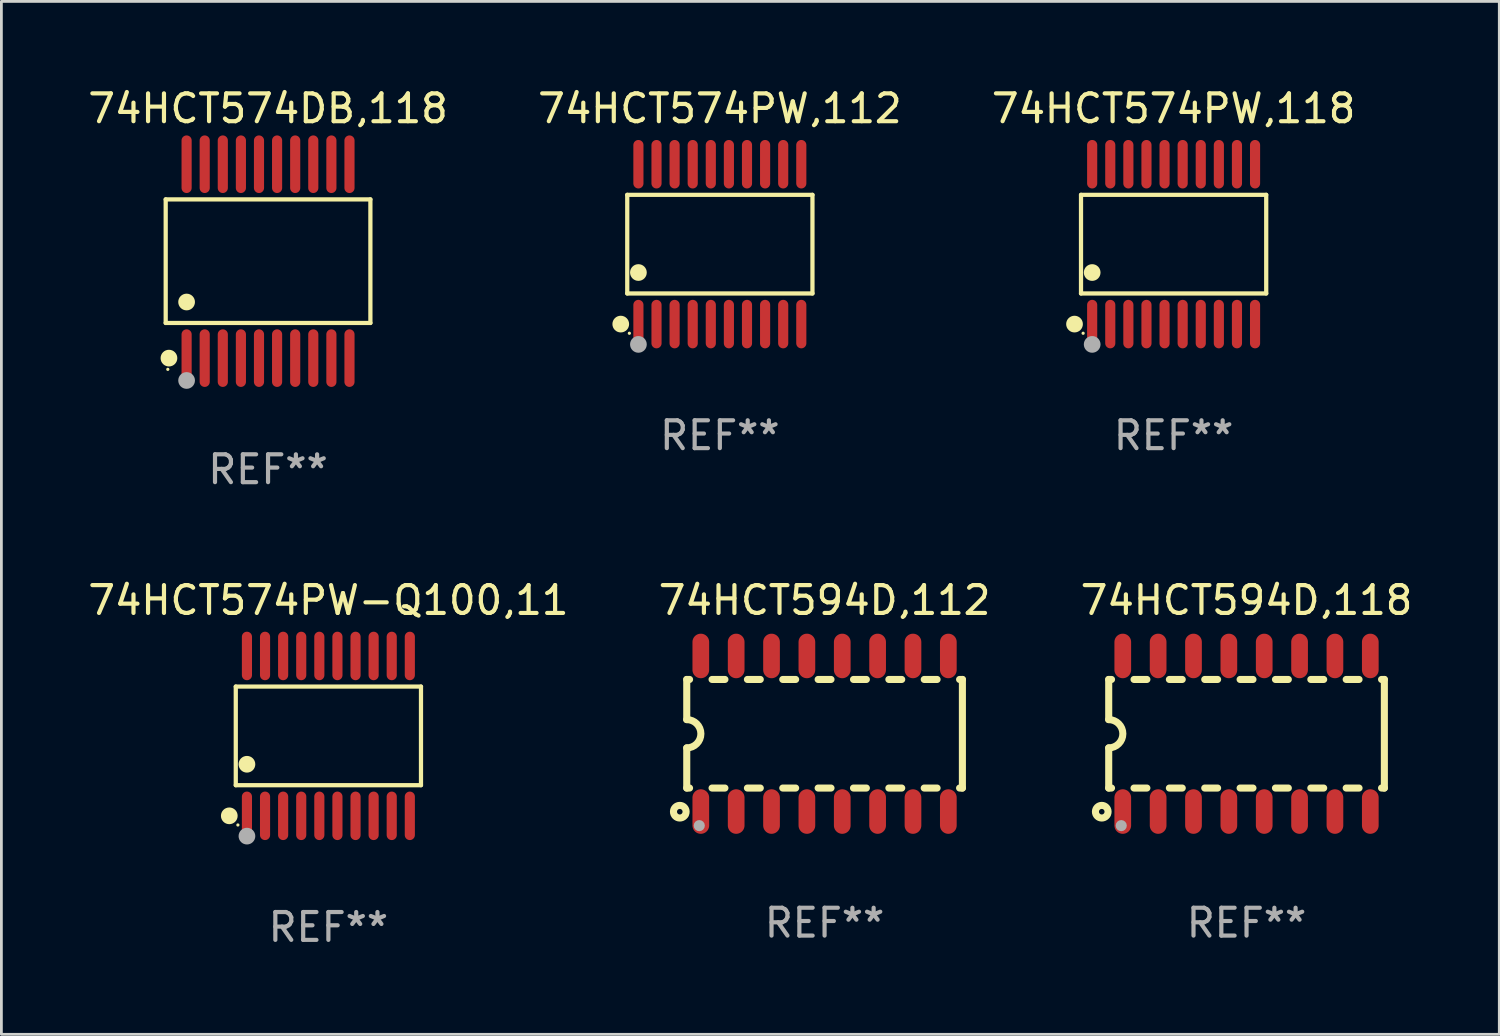
<source format=kicad_pcb>
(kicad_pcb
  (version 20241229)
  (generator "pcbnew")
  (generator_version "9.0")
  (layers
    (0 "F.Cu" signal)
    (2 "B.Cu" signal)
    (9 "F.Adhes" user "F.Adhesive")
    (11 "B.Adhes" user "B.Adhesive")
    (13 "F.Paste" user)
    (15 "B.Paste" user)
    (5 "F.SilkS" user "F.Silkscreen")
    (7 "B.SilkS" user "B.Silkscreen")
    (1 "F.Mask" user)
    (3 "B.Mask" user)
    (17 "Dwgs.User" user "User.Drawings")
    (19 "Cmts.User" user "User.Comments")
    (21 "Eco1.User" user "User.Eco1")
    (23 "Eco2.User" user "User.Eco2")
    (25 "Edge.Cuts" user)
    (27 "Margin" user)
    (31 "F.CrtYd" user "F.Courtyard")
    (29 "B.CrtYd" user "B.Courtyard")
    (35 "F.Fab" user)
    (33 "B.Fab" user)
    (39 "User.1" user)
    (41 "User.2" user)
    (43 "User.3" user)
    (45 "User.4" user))
  (footprint "74HCT574PW,112"
    (layer "F.Cu")
    (at 22.804 5.719)
    (property "Reference" "74HCT574PW,112" (at 0 -4.871 0) (layer "F.SilkS") (effects (font (size 1 1) (thickness 0.15))))
    (attr through_hole)
    (fp_line (start -3.326 -1.771) (end 3.326 -1.771) (stroke (width 0.152) (type solid)) (layer "F.SilkS"))
    (fp_line (start -3.326 1.771) (end -3.326 -1.771) (stroke (width 0.152) (type solid)) (layer "F.SilkS"))
    (fp_line (start 3.326 -1.771) (end 3.326 1.771) (stroke (width 0.152) (type solid)) (layer "F.SilkS"))
    (fp_line (start 3.326 1.771) (end -3.326 1.771) (stroke (width 0.152) (type solid)) (layer "F.SilkS"))
    (fp_circle (center -3.559 2.871) (end -3.409 2.871) (stroke (width 0.3) (type solid)) (fill no) (layer "F.SilkS"))
    (fp_circle (center -3.25 3.2) (end -3.22 3.2) (stroke (width 0.06) (type solid)) (fill no) (layer "F.SilkS"))
    (fp_circle (center -2.925 1.019) (end -2.775 1.019) (stroke (width 0.3) (type solid)) (fill no) (layer "F.SilkS"))
    (fp_circle (center -2.925 3.6) (end -2.775 3.6) (stroke (width 0.3) (type solid)) (fill no) (layer "F.Fab"))
    (fp_text user "REF**" (at 0 6.871 0) (layer "F.Fab") (effects (font (size 1 1) (thickness 0.15))))
    (pad "1" smd oval (at -2.925 2.871) (size 0.364 1.742) (layers "F.Cu" "F.Mask" "F.Paste"))
    (pad "2" smd oval (at -2.275 2.871) (size 0.364 1.742) (layers "F.Cu" "F.Mask" "F.Paste"))
    (pad "3" smd oval (at -1.625 2.871) (size 0.364 1.742) (layers "F.Cu" "F.Mask" "F.Paste"))
    (pad "4" smd oval (at -0.975 2.871) (size 0.364 1.742) (layers "F.Cu" "F.Mask" "F.Paste"))
    (pad "5" smd oval (at -0.325 2.871) (size 0.364 1.742) (layers "F.Cu" "F.Mask" "F.Paste"))
    (pad "6" smd oval (at 0.325 2.871) (size 0.364 1.742) (layers "F.Cu" "F.Mask" "F.Paste"))
    (pad "7" smd oval (at 0.975 2.871) (size 0.364 1.742) (layers "F.Cu" "F.Mask" "F.Paste"))
    (pad "8" smd oval (at 1.625 2.871) (size 0.364 1.742) (layers "F.Cu" "F.Mask" "F.Paste"))
    (pad "9" smd oval (at 2.275 2.871) (size 0.364 1.742) (layers "F.Cu" "F.Mask" "F.Paste"))
    (pad "10" smd oval (at 2.925 2.871) (size 0.364 1.742) (layers "F.Cu" "F.Mask" "F.Paste"))
    (pad "11" smd oval (at 2.925 -2.871) (size 0.364 1.742) (layers "F.Cu" "F.Mask" "F.Paste"))
    (pad "12" smd oval (at 2.275 -2.871) (size 0.364 1.742) (layers "F.Cu" "F.Mask" "F.Paste"))
    (pad "13" smd oval (at 1.625 -2.871) (size 0.364 1.742) (layers "F.Cu" "F.Mask" "F.Paste"))
    (pad "14" smd oval (at 0.975 -2.871) (size 0.364 1.742) (layers "F.Cu" "F.Mask" "F.Paste"))
    (pad "15" smd oval (at 0.325 -2.871) (size 0.364 1.742) (layers "F.Cu" "F.Mask" "F.Paste"))
    (pad "16" smd oval (at -0.325 -2.871) (size 0.364 1.742) (layers "F.Cu" "F.Mask" "F.Paste"))
    (pad "17" smd oval (at -0.975 -2.871) (size 0.364 1.742) (layers "F.Cu" "F.Mask" "F.Paste"))
    (pad "18" smd oval (at -1.625 -2.871) (size 0.364 1.742) (layers "F.Cu" "F.Mask" "F.Paste"))
    (pad "19" smd oval (at -2.275 -2.871) (size 0.364 1.742) (layers "F.Cu" "F.Mask" "F.Paste"))
    (pad "20" smd oval (at -2.925 -2.871) (size 0.364 1.742) (layers "F.Cu" "F.Mask" "F.Paste")))
  (footprint "74HCT574PW-Q100,11"
    (layer "F.Cu")
    (at 8.744 23.38)
    (property "Reference" "74HCT574PW-Q100,11" (at 0 -4.871 0) (layer "F.SilkS") (effects (font (size 1 1) (thickness 0.15))))
    (attr through_hole)
    (fp_line (start -3.326 -1.771) (end 3.326 -1.771) (stroke (width 0.152) (type solid)) (layer "F.SilkS"))
    (fp_line (start -3.326 1.771) (end -3.326 -1.771) (stroke (width 0.152) (type solid)) (layer "F.SilkS"))
    (fp_line (start 3.326 -1.771) (end 3.326 1.771) (stroke (width 0.152) (type solid)) (layer "F.SilkS"))
    (fp_line (start 3.326 1.771) (end -3.326 1.771) (stroke (width 0.152) (type solid)) (layer "F.SilkS"))
    (fp_circle (center -3.559 2.871) (end -3.409 2.871) (stroke (width 0.3) (type solid)) (fill no) (layer "F.SilkS"))
    (fp_circle (center -3.25 3.2) (end -3.22 3.2) (stroke (width 0.06) (type solid)) (fill no) (layer "F.SilkS"))
    (fp_circle (center -2.925 1.019) (end -2.775 1.019) (stroke (width 0.3) (type solid)) (fill no) (layer "F.SilkS"))
    (fp_circle (center -2.925 3.6) (end -2.775 3.6) (stroke (width 0.3) (type solid)) (fill no) (layer "F.Fab"))
    (fp_text user "REF**" (at 0 6.871 0) (layer "F.Fab") (effects (font (size 1 1) (thickness 0.15))))
    (pad "1" smd oval (at -2.925 2.871) (size 0.364 1.742) (layers "F.Cu" "F.Mask" "F.Paste"))
    (pad "2" smd oval (at -2.275 2.871) (size 0.364 1.742) (layers "F.Cu" "F.Mask" "F.Paste"))
    (pad "3" smd oval (at -1.625 2.871) (size 0.364 1.742) (layers "F.Cu" "F.Mask" "F.Paste"))
    (pad "4" smd oval (at -0.975 2.871) (size 0.364 1.742) (layers "F.Cu" "F.Mask" "F.Paste"))
    (pad "5" smd oval (at -0.325 2.871) (size 0.364 1.742) (layers "F.Cu" "F.Mask" "F.Paste"))
    (pad "6" smd oval (at 0.325 2.871) (size 0.364 1.742) (layers "F.Cu" "F.Mask" "F.Paste"))
    (pad "7" smd oval (at 0.975 2.871) (size 0.364 1.742) (layers "F.Cu" "F.Mask" "F.Paste"))
    (pad "8" smd oval (at 1.625 2.871) (size 0.364 1.742) (layers "F.Cu" "F.Mask" "F.Paste"))
    (pad "9" smd oval (at 2.275 2.871) (size 0.364 1.742) (layers "F.Cu" "F.Mask" "F.Paste"))
    (pad "10" smd oval (at 2.925 2.871) (size 0.364 1.742) (layers "F.Cu" "F.Mask" "F.Paste"))
    (pad "11" smd oval (at 2.925 -2.871) (size 0.364 1.742) (layers "F.Cu" "F.Mask" "F.Paste"))
    (pad "12" smd oval (at 2.275 -2.871) (size 0.364 1.742) (layers "F.Cu" "F.Mask" "F.Paste"))
    (pad "13" smd oval (at 1.625 -2.871) (size 0.364 1.742) (layers "F.Cu" "F.Mask" "F.Paste"))
    (pad "14" smd oval (at 0.975 -2.871) (size 0.364 1.742) (layers "F.Cu" "F.Mask" "F.Paste"))
    (pad "15" smd oval (at 0.325 -2.871) (size 0.364 1.742) (layers "F.Cu" "F.Mask" "F.Paste"))
    (pad "16" smd oval (at -0.325 -2.871) (size 0.364 1.742) (layers "F.Cu" "F.Mask" "F.Paste"))
    (pad "17" smd oval (at -0.975 -2.871) (size 0.364 1.742) (layers "F.Cu" "F.Mask" "F.Paste"))
    (pad "18" smd oval (at -1.625 -2.871) (size 0.364 1.742) (layers "F.Cu" "F.Mask" "F.Paste"))
    (pad "19" smd oval (at -2.275 -2.871) (size 0.364 1.742) (layers "F.Cu" "F.Mask" "F.Paste"))
    (pad "20" smd oval (at -2.925 -2.871) (size 0.364 1.742) (layers "F.Cu" "F.Mask" "F.Paste")))
  (footprint "74HCT594D,118"
    (layer "F.Cu")
    (at 41.72 23.303)
    (property "Reference" "74HCT594D,118" (at 0 -4.794 0) (layer "F.SilkS") (effects (font (size 1 1) (thickness 0.15))))
    (attr through_hole)
    (fp_line (start -4.95 -1.95) (end -4.95 -0.508) (stroke (width 0.254) (type solid)) (layer "F.SilkS"))
    (fp_line (start -4.95 -1.95) (end -4.849 -1.95) (stroke (width 0.254) (type solid)) (layer "F.SilkS"))
    (fp_line (start -4.95 1.95) (end -4.95 0.508) (stroke (width 0.254) (type solid)) (layer "F.SilkS"))
    (fp_line (start -4.95 1.95) (end -4.849 1.95) (stroke (width 0.254) (type solid)) (layer "F.SilkS"))
    (fp_line (start -4.041 -1.95) (end -3.579 -1.95) (stroke (width 0.254) (type solid)) (layer "F.SilkS"))
    (fp_line (start -4.041 1.95) (end -3.579 1.95) (stroke (width 0.254) (type solid)) (layer "F.SilkS"))
    (fp_line (start -2.771 -1.95) (end -2.309 -1.95) (stroke (width 0.254) (type solid)) (layer "F.SilkS"))
    (fp_line (start -2.771 1.95) (end -2.309 1.95) (stroke (width 0.254) (type solid)) (layer "F.SilkS"))
    (fp_line (start -1.501 -1.95) (end -1.039 -1.95) (stroke (width 0.254) (type solid)) (layer "F.SilkS"))
    (fp_line (start -1.501 1.95) (end -1.039 1.95) (stroke (width 0.254) (type solid)) (layer "F.SilkS"))
    (fp_line (start -0.231 -1.95) (end 0.231 -1.95) (stroke (width 0.254) (type solid)) (layer "F.SilkS"))
    (fp_line (start -0.231 1.95) (end 0.231 1.95) (stroke (width 0.254) (type solid)) (layer "F.SilkS"))
    (fp_line (start 1.039 -1.95) (end 1.501 -1.95) (stroke (width 0.254) (type solid)) (layer "F.SilkS"))
    (fp_line (start 1.039 1.95) (end 1.501 1.95) (stroke (width 0.254) (type solid)) (layer "F.SilkS"))
    (fp_line (start 2.309 -1.95) (end 2.771 -1.95) (stroke (width 0.254) (type solid)) (layer "F.SilkS"))
    (fp_line (start 2.309 1.95) (end 2.771 1.95) (stroke (width 0.254) (type solid)) (layer "F.SilkS"))
    (fp_line (start 3.579 -1.95) (end 4.041 -1.95) (stroke (width 0.254) (type solid)) (layer "F.SilkS"))
    (fp_line (start 3.579 1.95) (end 4.041 1.95) (stroke (width 0.254) (type solid)) (layer "F.SilkS"))
    (fp_line (start 4.849 -1.95) (end 4.95 -1.95) (stroke (width 0.254) (type solid)) (layer "F.SilkS"))
    (fp_line (start 4.849 1.95) (end 4.95 1.95) (stroke (width 0.254) (type solid)) (layer "F.SilkS"))
    (fp_line (start 4.95 -1.95) (end 4.95 1.95) (stroke (width 0.254) (type solid)) (layer "F.SilkS"))
    (fp_arc (start -4.95047 -0.508001) (mid -4.442469 -0.000228) (end -4.950013 0.508001) (stroke (width 0.254001) (type solid)) (layer "F.SilkS"))
    (fp_circle (center -5.2 2.8) (end -5.1 2.8) (stroke (width 0.254) (type solid)) (fill no) (layer "F.SilkS"))
    (fp_circle (center -4.95 2.947) (end -4.92 2.947) (stroke (width 0.06) (type solid)) (fill no) (layer "F.SilkS"))
    (fp_circle (center -4.5 3.3) (end -4.4 3.3) (stroke (width 0.2) (type solid)) (fill no) (layer "F.Fab"))
    (fp_text user "REF**" (at 0 6.794 0) (layer "F.Fab") (effects (font (size 1 1) (thickness 0.15))))
    (pad "1" smd oval (at -4.445 2.794) (size 0.6 1.6) (layers "F.Cu" "F.Mask" "F.Paste"))
    (pad "2" smd oval (at -3.175 2.794) (size 0.6 1.6) (layers "F.Cu" "F.Mask" "F.Paste"))
    (pad "3" smd oval (at -1.905 2.794) (size 0.6 1.6) (layers "F.Cu" "F.Mask" "F.Paste"))
    (pad "4" smd oval (at -0.635 2.794) (size 0.6 1.6) (layers "F.Cu" "F.Mask" "F.Paste"))
    (pad "5" smd oval (at 0.635 2.794) (size 0.6 1.6) (layers "F.Cu" "F.Mask" "F.Paste"))
    (pad "6" smd oval (at 1.905 2.794) (size 0.6 1.6) (layers "F.Cu" "F.Mask" "F.Paste"))
    (pad "7" smd oval (at 3.175 2.794) (size 0.6 1.6) (layers "F.Cu" "F.Mask" "F.Paste"))
    (pad "8" smd oval (at 4.445 2.794) (size 0.6 1.6) (layers "F.Cu" "F.Mask" "F.Paste"))
    (pad "9" smd oval (at 4.445 -2.794) (size 0.6 1.6) (layers "F.Cu" "F.Mask" "F.Paste"))
    (pad "10" smd oval (at 3.175 -2.794) (size 0.6 1.6) (layers "F.Cu" "F.Mask" "F.Paste"))
    (pad "11" smd oval (at 1.905 -2.794) (size 0.6 1.6) (layers "F.Cu" "F.Mask" "F.Paste"))
    (pad "12" smd oval (at 0.635 -2.794) (size 0.6 1.6) (layers "F.Cu" "F.Mask" "F.Paste"))
    (pad "13" smd oval (at -0.635 -2.794) (size 0.6 1.6) (layers "F.Cu" "F.Mask" "F.Paste"))
    (pad "14" smd oval (at -1.905 -2.794) (size 0.6 1.6) (layers "F.Cu" "F.Mask" "F.Paste"))
    (pad "15" smd oval (at -3.175 -2.794) (size 0.6 1.6) (layers "F.Cu" "F.Mask" "F.Paste"))
    (pad "16" smd oval (at -4.445 -2.794) (size 0.6 1.6) (layers "F.Cu" "F.Mask" "F.Paste")))
  (footprint "74HCT594D,112"
    (layer "F.Cu")
    (at 26.565 23.303)
    (property "Reference" "74HCT594D,112" (at 0 -4.794 0) (layer "F.SilkS") (effects (font (size 1 1) (thickness 0.15))))
    (attr through_hole)
    (fp_line (start -4.95 -1.95) (end -4.95 -0.508) (stroke (width 0.254) (type solid)) (layer "F.SilkS"))
    (fp_line (start -4.95 -1.95) (end -4.849 -1.95) (stroke (width 0.254) (type solid)) (layer "F.SilkS"))
    (fp_line (start -4.95 1.95) (end -4.95 0.508) (stroke (width 0.254) (type solid)) (layer "F.SilkS"))
    (fp_line (start -4.95 1.95) (end -4.849 1.95) (stroke (width 0.254) (type solid)) (layer "F.SilkS"))
    (fp_line (start -4.041 -1.95) (end -3.579 -1.95) (stroke (width 0.254) (type solid)) (layer "F.SilkS"))
    (fp_line (start -4.041 1.95) (end -3.579 1.95) (stroke (width 0.254) (type solid)) (layer "F.SilkS"))
    (fp_line (start -2.771 -1.95) (end -2.309 -1.95) (stroke (width 0.254) (type solid)) (layer "F.SilkS"))
    (fp_line (start -2.771 1.95) (end -2.309 1.95) (stroke (width 0.254) (type solid)) (layer "F.SilkS"))
    (fp_line (start -1.501 -1.95) (end -1.039 -1.95) (stroke (width 0.254) (type solid)) (layer "F.SilkS"))
    (fp_line (start -1.501 1.95) (end -1.039 1.95) (stroke (width 0.254) (type solid)) (layer "F.SilkS"))
    (fp_line (start -0.231 -1.95) (end 0.231 -1.95) (stroke (width 0.254) (type solid)) (layer "F.SilkS"))
    (fp_line (start -0.231 1.95) (end 0.231 1.95) (stroke (width 0.254) (type solid)) (layer "F.SilkS"))
    (fp_line (start 1.039 -1.95) (end 1.501 -1.95) (stroke (width 0.254) (type solid)) (layer "F.SilkS"))
    (fp_line (start 1.039 1.95) (end 1.501 1.95) (stroke (width 0.254) (type solid)) (layer "F.SilkS"))
    (fp_line (start 2.309 -1.95) (end 2.771 -1.95) (stroke (width 0.254) (type solid)) (layer "F.SilkS"))
    (fp_line (start 2.309 1.95) (end 2.771 1.95) (stroke (width 0.254) (type solid)) (layer "F.SilkS"))
    (fp_line (start 3.579 -1.95) (end 4.041 -1.95) (stroke (width 0.254) (type solid)) (layer "F.SilkS"))
    (fp_line (start 3.579 1.95) (end 4.041 1.95) (stroke (width 0.254) (type solid)) (layer "F.SilkS"))
    (fp_line (start 4.849 -1.95) (end 4.95 -1.95) (stroke (width 0.254) (type solid)) (layer "F.SilkS"))
    (fp_line (start 4.849 1.95) (end 4.95 1.95) (stroke (width 0.254) (type solid)) (layer "F.SilkS"))
    (fp_line (start 4.95 -1.95) (end 4.95 1.95) (stroke (width 0.254) (type solid)) (layer "F.SilkS"))
    (fp_arc (start -4.95047 -0.508001) (mid -4.442469 -0.000228) (end -4.950013 0.508001) (stroke (width 0.254001) (type solid)) (layer "F.SilkS"))
    (fp_circle (center -5.2 2.8) (end -5.1 2.8) (stroke (width 0.254) (type solid)) (fill no) (layer "F.SilkS"))
    (fp_circle (center -4.95 2.947) (end -4.92 2.947) (stroke (width 0.06) (type solid)) (fill no) (layer "F.SilkS"))
    (fp_circle (center -4.5 3.3) (end -4.4 3.3) (stroke (width 0.2) (type solid)) (fill no) (layer "F.Fab"))
    (fp_text user "REF**" (at 0 6.794 0) (layer "F.Fab") (effects (font (size 1 1) (thickness 0.15))))
    (pad "1" smd oval (at -4.445 2.794) (size 0.6 1.6) (layers "F.Cu" "F.Mask" "F.Paste"))
    (pad "2" smd oval (at -3.175 2.794) (size 0.6 1.6) (layers "F.Cu" "F.Mask" "F.Paste"))
    (pad "3" smd oval (at -1.905 2.794) (size 0.6 1.6) (layers "F.Cu" "F.Mask" "F.Paste"))
    (pad "4" smd oval (at -0.635 2.794) (size 0.6 1.6) (layers "F.Cu" "F.Mask" "F.Paste"))
    (pad "5" smd oval (at 0.635 2.794) (size 0.6 1.6) (layers "F.Cu" "F.Mask" "F.Paste"))
    (pad "6" smd oval (at 1.905 2.794) (size 0.6 1.6) (layers "F.Cu" "F.Mask" "F.Paste"))
    (pad "7" smd oval (at 3.175 2.794) (size 0.6 1.6) (layers "F.Cu" "F.Mask" "F.Paste"))
    (pad "8" smd oval (at 4.445 2.794) (size 0.6 1.6) (layers "F.Cu" "F.Mask" "F.Paste"))
    (pad "9" smd oval (at 4.445 -2.794) (size 0.6 1.6) (layers "F.Cu" "F.Mask" "F.Paste"))
    (pad "10" smd oval (at 3.175 -2.794) (size 0.6 1.6) (layers "F.Cu" "F.Mask" "F.Paste"))
    (pad "11" smd oval (at 1.905 -2.794) (size 0.6 1.6) (layers "F.Cu" "F.Mask" "F.Paste"))
    (pad "12" smd oval (at 0.635 -2.794) (size 0.6 1.6) (layers "F.Cu" "F.Mask" "F.Paste"))
    (pad "13" smd oval (at -0.635 -2.794) (size 0.6 1.6) (layers "F.Cu" "F.Mask" "F.Paste"))
    (pad "14" smd oval (at -1.905 -2.794) (size 0.6 1.6) (layers "F.Cu" "F.Mask" "F.Paste"))
    (pad "15" smd oval (at -3.175 -2.794) (size 0.6 1.6) (layers "F.Cu" "F.Mask" "F.Paste"))
    (pad "16" smd oval (at -4.445 -2.794) (size 0.6 1.6) (layers "F.Cu" "F.Mask" "F.Paste")))
  (footprint "74HCT574DB,118"
    (layer "F.Cu")
    (at 6.577 6.33)
    (property "Reference" "74HCT574DB,118" (at 0 -5.482 0) (layer "F.SilkS") (effects (font (size 1 1) (thickness 0.15))))
    (attr through_hole)
    (fp_line (start -3.676 -2.219) (end 3.676 -2.219) (stroke (width 0.152) (type solid)) (layer "F.SilkS"))
    (fp_line (start -3.676 2.219) (end -3.676 -2.219) (stroke (width 0.152) (type solid)) (layer "F.SilkS"))
    (fp_line (start 3.676 -2.219) (end 3.676 2.219) (stroke (width 0.152) (type solid)) (layer "F.SilkS"))
    (fp_line (start 3.676 2.219) (end -3.676 2.219) (stroke (width 0.152) (type solid)) (layer "F.SilkS"))
    (fp_circle (center -3.6 3.885) (end -3.57 3.885) (stroke (width 0.06) (type solid)) (fill no) (layer "F.SilkS"))
    (fp_circle (center -3.559 3.482) (end -3.409 3.482) (stroke (width 0.3) (type solid)) (fill no) (layer "F.SilkS"))
    (fp_circle (center -2.925 1.467) (end -2.775 1.467) (stroke (width 0.3) (type solid)) (fill no) (layer "F.SilkS"))
    (fp_circle (center -2.925 4.285) (end -2.775 4.285) (stroke (width 0.3) (type solid)) (fill no) (layer "F.Fab"))
    (fp_text user "REF**" (at 0 7.482 0) (layer "F.Fab") (effects (font (size 1 1) (thickness 0.15))))
    (pad "1" smd oval (at -2.925 3.482) (size 0.364 2.069) (layers "F.Cu" "F.Mask" "F.Paste"))
    (pad "2" smd oval (at -2.275 3.482) (size 0.364 2.069) (layers "F.Cu" "F.Mask" "F.Paste"))
    (pad "3" smd oval (at -1.625 3.482) (size 0.364 2.069) (layers "F.Cu" "F.Mask" "F.Paste"))
    (pad "4" smd oval (at -0.975 3.482) (size 0.364 2.069) (layers "F.Cu" "F.Mask" "F.Paste"))
    (pad "5" smd oval (at -0.325 3.482) (size 0.364 2.069) (layers "F.Cu" "F.Mask" "F.Paste"))
    (pad "6" smd oval (at 0.325 3.482) (size 0.364 2.069) (layers "F.Cu" "F.Mask" "F.Paste"))
    (pad "7" smd oval (at 0.975 3.482) (size 0.364 2.069) (layers "F.Cu" "F.Mask" "F.Paste"))
    (pad "8" smd oval (at 1.625 3.482) (size 0.364 2.069) (layers "F.Cu" "F.Mask" "F.Paste"))
    (pad "9" smd oval (at 2.275 3.482) (size 0.364 2.069) (layers "F.Cu" "F.Mask" "F.Paste"))
    (pad "10" smd oval (at 2.925 3.482) (size 0.364 2.069) (layers "F.Cu" "F.Mask" "F.Paste"))
    (pad "11" smd oval (at 2.925 -3.482) (size 0.364 2.069) (layers "F.Cu" "F.Mask" "F.Paste"))
    (pad "12" smd oval (at 2.275 -3.482) (size 0.364 2.069) (layers "F.Cu" "F.Mask" "F.Paste"))
    (pad "13" smd oval (at 1.625 -3.482) (size 0.364 2.069) (layers "F.Cu" "F.Mask" "F.Paste"))
    (pad "14" smd oval (at 0.975 -3.482) (size 0.364 2.069) (layers "F.Cu" "F.Mask" "F.Paste"))
    (pad "15" smd oval (at 0.325 -3.482) (size 0.364 2.069) (layers "F.Cu" "F.Mask" "F.Paste"))
    (pad "16" smd oval (at -0.325 -3.482) (size 0.364 2.069) (layers "F.Cu" "F.Mask" "F.Paste"))
    (pad "17" smd oval (at -0.975 -3.482) (size 0.364 2.069) (layers "F.Cu" "F.Mask" "F.Paste"))
    (pad "18" smd oval (at -1.625 -3.482) (size 0.364 2.069) (layers "F.Cu" "F.Mask" "F.Paste"))
    (pad "19" smd oval (at -2.275 -3.482) (size 0.364 2.069) (layers "F.Cu" "F.Mask" "F.Paste"))
    (pad "20" smd oval (at -2.925 -3.482) (size 0.364 2.069) (layers "F.Cu" "F.Mask" "F.Paste")))
  (footprint "74HCT574PW,118"
    (layer "F.Cu")
    (at 39.101 5.719)
    (property "Reference" "74HCT574PW,118" (at 0 -4.871 0) (layer "F.SilkS") (effects (font (size 1 1) (thickness 0.15))))
    (attr through_hole)
    (fp_line (start -3.326 -1.771) (end 3.326 -1.771) (stroke (width 0.152) (type solid)) (layer "F.SilkS"))
    (fp_line (start -3.326 1.771) (end -3.326 -1.771) (stroke (width 0.152) (type solid)) (layer "F.SilkS"))
    (fp_line (start 3.326 -1.771) (end 3.326 1.771) (stroke (width 0.152) (type solid)) (layer "F.SilkS"))
    (fp_line (start 3.326 1.771) (end -3.326 1.771) (stroke (width 0.152) (type solid)) (layer "F.SilkS"))
    (fp_circle (center -3.559 2.871) (end -3.409 2.871) (stroke (width 0.3) (type solid)) (fill no) (layer "F.SilkS"))
    (fp_circle (center -3.25 3.2) (end -3.22 3.2) (stroke (width 0.06) (type solid)) (fill no) (layer "F.SilkS"))
    (fp_circle (center -2.925 1.019) (end -2.775 1.019) (stroke (width 0.3) (type solid)) (fill no) (layer "F.SilkS"))
    (fp_circle (center -2.925 3.6) (end -2.775 3.6) (stroke (width 0.3) (type solid)) (fill no) (layer "F.Fab"))
    (fp_text user "REF**" (at 0 6.871 0) (layer "F.Fab") (effects (font (size 1 1) (thickness 0.15))))
    (pad "1" smd oval (at -2.925 2.871) (size 0.364 1.742) (layers "F.Cu" "F.Mask" "F.Paste"))
    (pad "2" smd oval (at -2.275 2.871) (size 0.364 1.742) (layers "F.Cu" "F.Mask" "F.Paste"))
    (pad "3" smd oval (at -1.625 2.871) (size 0.364 1.742) (layers "F.Cu" "F.Mask" "F.Paste"))
    (pad "4" smd oval (at -0.975 2.871) (size 0.364 1.742) (layers "F.Cu" "F.Mask" "F.Paste"))
    (pad "5" smd oval (at -0.325 2.871) (size 0.364 1.742) (layers "F.Cu" "F.Mask" "F.Paste"))
    (pad "6" smd oval (at 0.325 2.871) (size 0.364 1.742) (layers "F.Cu" "F.Mask" "F.Paste"))
    (pad "7" smd oval (at 0.975 2.871) (size 0.364 1.742) (layers "F.Cu" "F.Mask" "F.Paste"))
    (pad "8" smd oval (at 1.625 2.871) (size 0.364 1.742) (layers "F.Cu" "F.Mask" "F.Paste"))
    (pad "9" smd oval (at 2.275 2.871) (size 0.364 1.742) (layers "F.Cu" "F.Mask" "F.Paste"))
    (pad "10" smd oval (at 2.925 2.871) (size 0.364 1.742) (layers "F.Cu" "F.Mask" "F.Paste"))
    (pad "11" smd oval (at 2.925 -2.871) (size 0.364 1.742) (layers "F.Cu" "F.Mask" "F.Paste"))
    (pad "12" smd oval (at 2.275 -2.871) (size 0.364 1.742) (layers "F.Cu" "F.Mask" "F.Paste"))
    (pad "13" smd oval (at 1.625 -2.871) (size 0.364 1.742) (layers "F.Cu" "F.Mask" "F.Paste"))
    (pad "14" smd oval (at 0.975 -2.871) (size 0.364 1.742) (layers "F.Cu" "F.Mask" "F.Paste"))
    (pad "15" smd oval (at 0.325 -2.871) (size 0.364 1.742) (layers "F.Cu" "F.Mask" "F.Paste"))
    (pad "16" smd oval (at -0.325 -2.871) (size 0.364 1.742) (layers "F.Cu" "F.Mask" "F.Paste"))
    (pad "17" smd oval (at -0.975 -2.871) (size 0.364 1.742) (layers "F.Cu" "F.Mask" "F.Paste"))
    (pad "18" smd oval (at -1.625 -2.871) (size 0.364 1.742) (layers "F.Cu" "F.Mask" "F.Paste"))
    (pad "19" smd oval (at -2.275 -2.871) (size 0.364 1.742) (layers "F.Cu" "F.Mask" "F.Paste"))
    (pad "20" smd oval (at -2.925 -2.871) (size 0.364 1.742) (layers "F.Cu" "F.Mask" "F.Paste")))
  (gr_rect
    (start -3 -3)
    (end 50.798 34.099)
    (stroke (width 0.1) (type default))
    (fill no)
    (layer "Edge.Cuts")))
</source>
